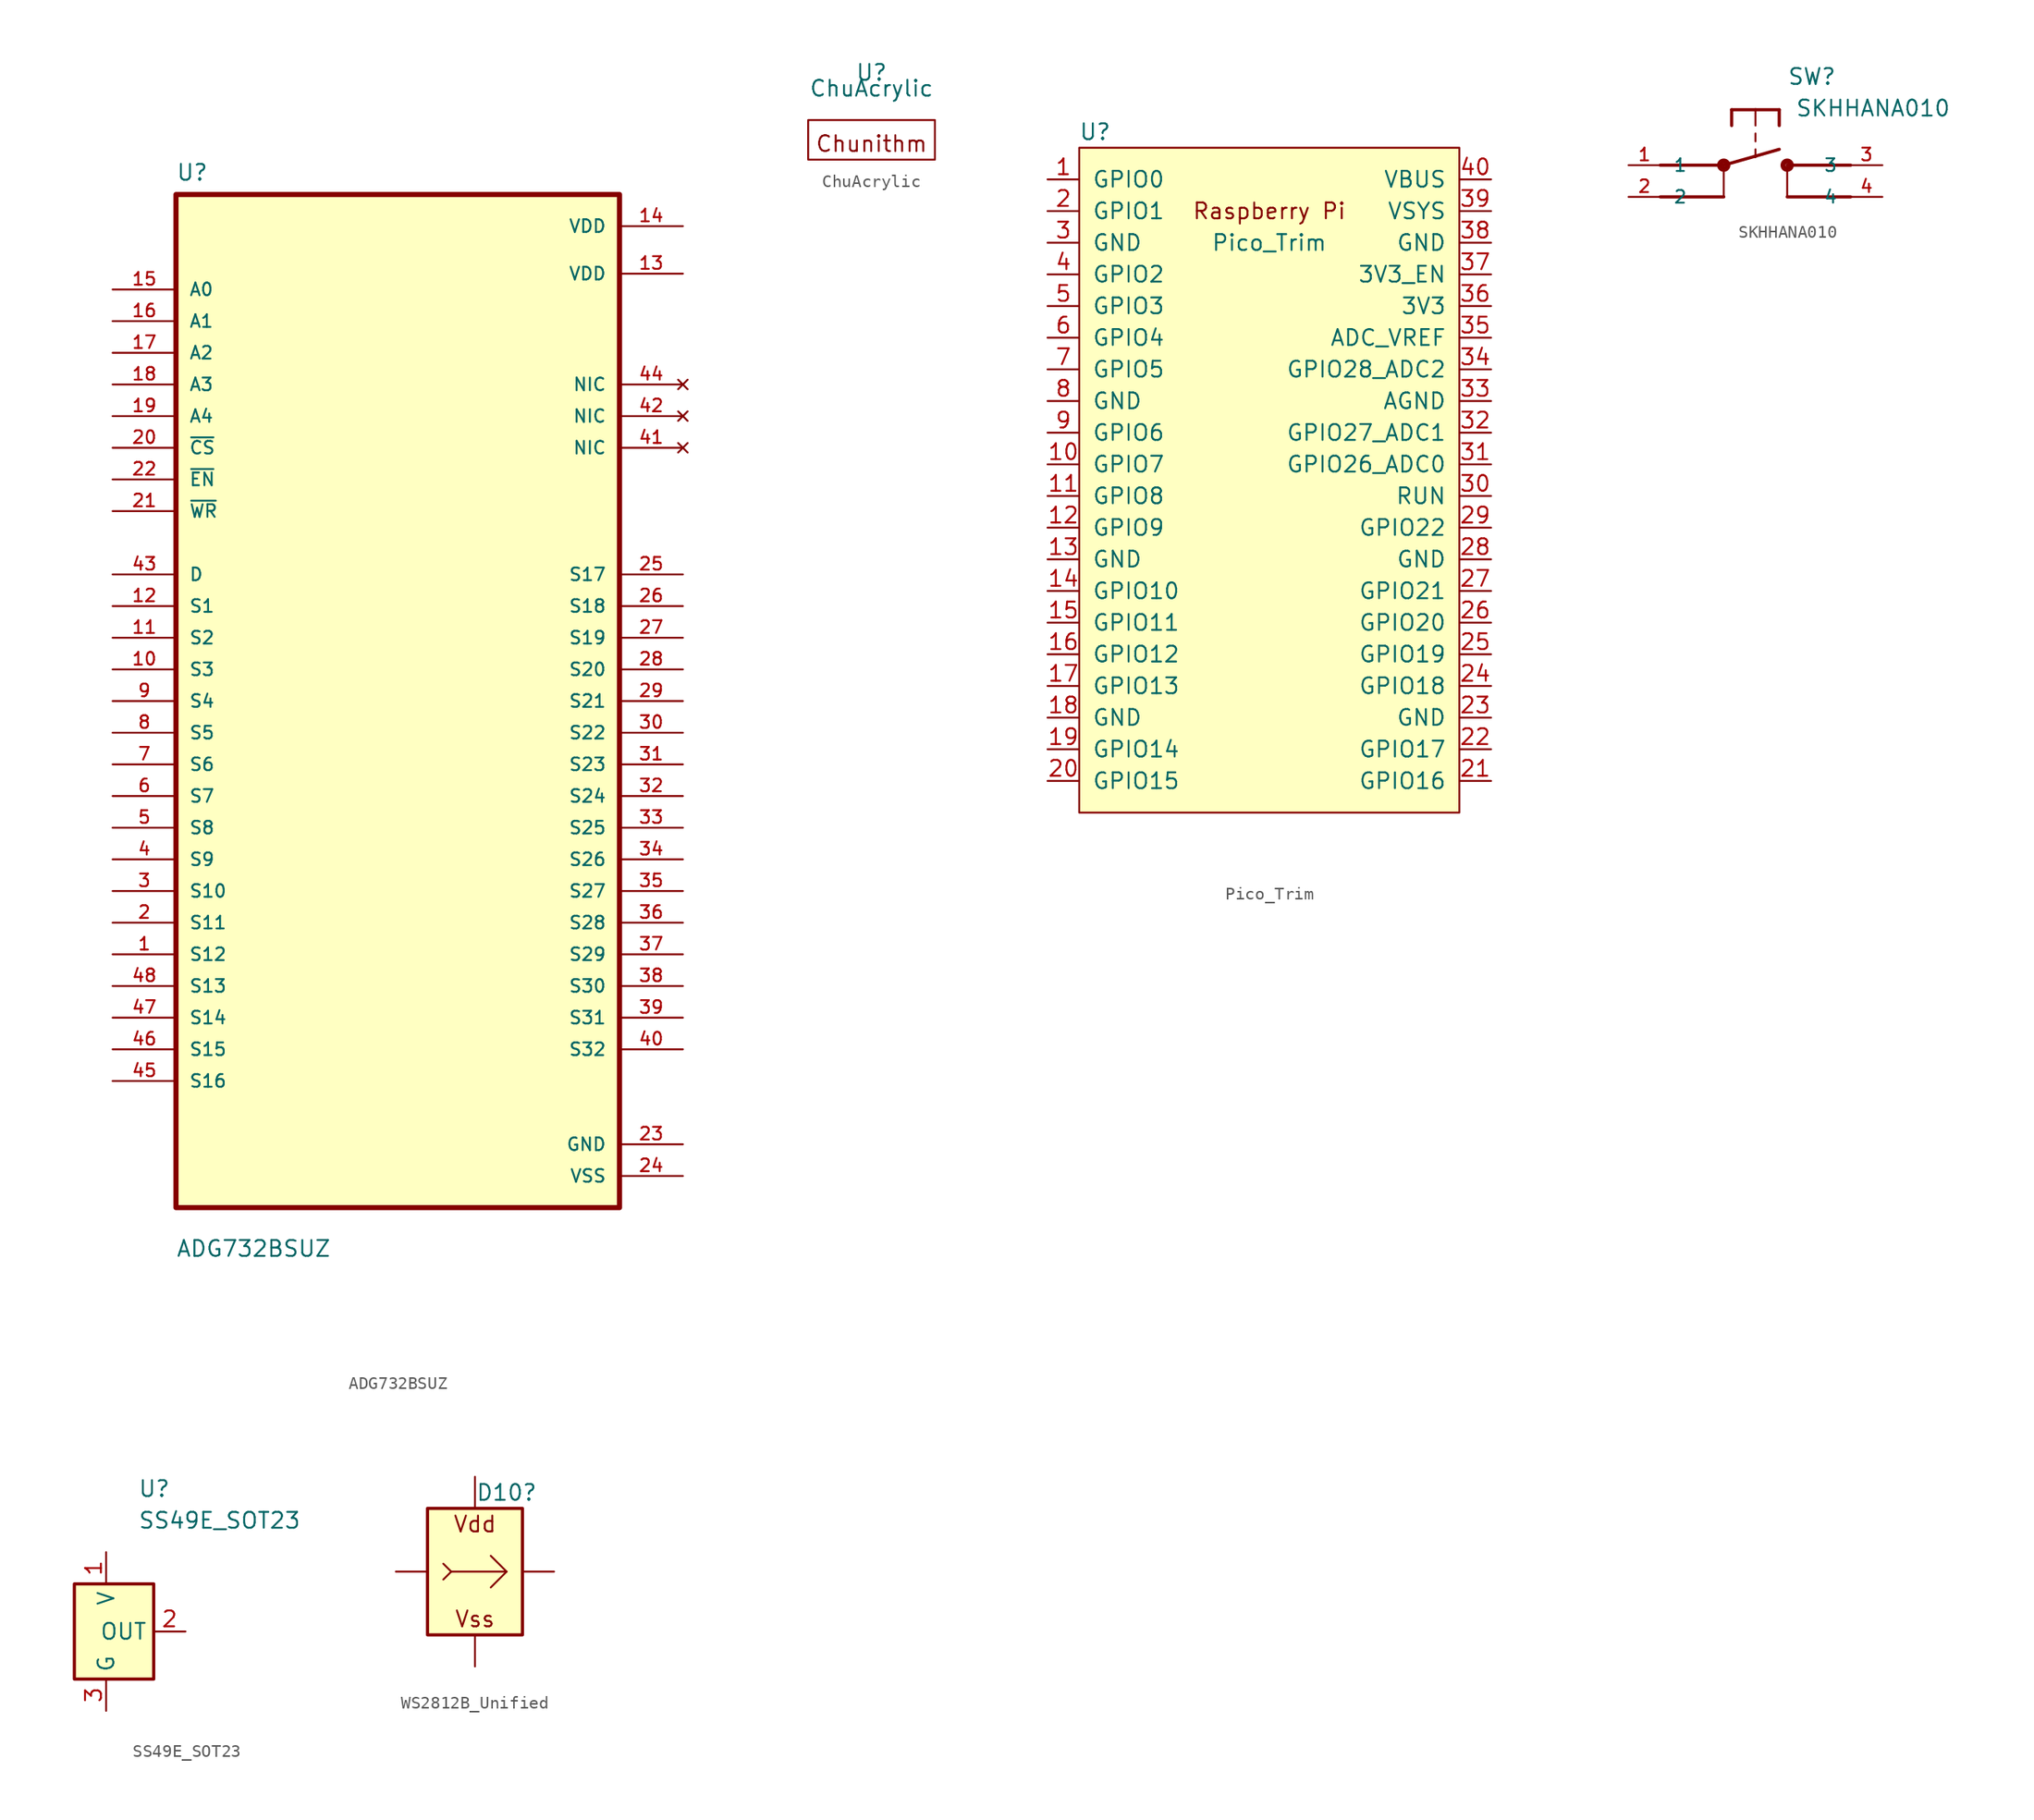
<source format=kicad_sym>
(kicad_symbol_lib
  (version 20241209)
  (generator "kicad_symbol_editor")
  (generator_version "9.0")
  (symbol "ADG732BSUZ"
    (pin_names
      (offset 1.016))
    (property "Reference" "U"
      (at -17.79 41.661 0)
      (effects (font (size 1.27 1.27)) (justify left bottom)))
    (property "Value" "ADG732BSUZ"
      (at -17.793 -44.672 0)
      (effects (font (size 1.27 1.27)) (justify left bottom)))
    (symbol "ADG732BSUZ_0_0"
      (rectangle (start -17.78 -40.64) (end 17.78 40.64) (stroke (width 0.41) (type default)) (fill (type background)))
      (pin input line (at -22.86 33.02 0) (length 5.08) (name "A0" (effects (font (size 1.016 1.016)))) (number "15" (effects (font (size 1.016 1.016)))))
      (pin input line (at -22.86 30.48 0) (length 5.08) (name "A1" (effects (font (size 1.016 1.016)))) (number "16" (effects (font (size 1.016 1.016)))))
      (pin input line (at -22.86 27.94 0) (length 5.08) (name "A2" (effects (font (size 1.016 1.016)))) (number "17" (effects (font (size 1.016 1.016)))))
      (pin input line (at -22.86 25.4 0) (length 5.08) (name "A3" (effects (font (size 1.016 1.016)))) (number "18" (effects (font (size 1.016 1.016)))))
      (pin input line (at -22.86 22.86 0) (length 5.08) (name "A4" (effects (font (size 1.016 1.016)))) (number "19" (effects (font (size 1.016 1.016)))))
      (pin input line (at -22.86 20.32 0) (length 5.08) (name "~{CS}" (effects (font (size 1.016 1.016)))) (number "20" (effects (font (size 1.016 1.016)))))
      (pin input line (at -22.86 17.78 0) (length 5.08) (name "~{EN}" (effects (font (size 1.016 1.016)))) (number "22" (effects (font (size 1.016 1.016)))))
      (pin input line (at -22.86 15.24 0) (length 5.08) (name "~{WR}" (effects (font (size 1.016 1.016)))) (number "21" (effects (font (size 1.016 1.016)))))
      (pin bidirectional line (at -22.86 10.16 0) (length 5.08) (name "D" (effects (font (size 1.016 1.016)))) (number "43" (effects (font (size 1.016 1.016)))))
      (pin bidirectional line (at -22.86 7.62 0) (length 5.08) (name "S1" (effects (font (size 1.016 1.016)))) (number "12" (effects (font (size 1.016 1.016)))))
      (pin bidirectional line (at -22.86 5.08 0) (length 5.08) (name "S2" (effects (font (size 1.016 1.016)))) (number "11" (effects (font (size 1.016 1.016)))))
      (pin bidirectional line (at -22.86 2.54 0) (length 5.08) (name "S3" (effects (font (size 1.016 1.016)))) (number "10" (effects (font (size 1.016 1.016)))))
      (pin bidirectional line (at -22.86 0 0) (length 5.08) (name "S4" (effects (font (size 1.016 1.016)))) (number "9" (effects (font (size 1.016 1.016)))))
      (pin bidirectional line (at -22.86 -2.54 0) (length 5.08) (name "S5" (effects (font (size 1.016 1.016)))) (number "8" (effects (font (size 1.016 1.016)))))
      (pin bidirectional line (at -22.86 -5.08 0) (length 5.08) (name "S6" (effects (font (size 1.016 1.016)))) (number "7" (effects (font (size 1.016 1.016)))))
      (pin bidirectional line (at -22.86 -7.62 0) (length 5.08) (name "S7" (effects (font (size 1.016 1.016)))) (number "6" (effects (font (size 1.016 1.016)))))
      (pin bidirectional line (at -22.86 -10.16 0) (length 5.08) (name "S8" (effects (font (size 1.016 1.016)))) (number "5" (effects (font (size 1.016 1.016)))))
      (pin bidirectional line (at -22.86 -12.7 0) (length 5.08) (name "S9" (effects (font (size 1.016 1.016)))) (number "4" (effects (font (size 1.016 1.016)))))
      (pin bidirectional line (at -22.86 -15.24 0) (length 5.08) (name "S10" (effects (font (size 1.016 1.016)))) (number "3" (effects (font (size 1.016 1.016)))))
      (pin bidirectional line (at -22.86 -17.78 0) (length 5.08) (name "S11" (effects (font (size 1.016 1.016)))) (number "2" (effects (font (size 1.016 1.016)))))
      (pin bidirectional line (at -22.86 -20.32 0) (length 5.08) (name "S12" (effects (font (size 1.016 1.016)))) (number "1" (effects (font (size 1.016 1.016)))))
      (pin bidirectional line (at -22.86 -22.86 0) (length 5.08) (name "S13" (effects (font (size 1.016 1.016)))) (number "48" (effects (font (size 1.016 1.016)))))
      (pin bidirectional line (at -22.86 -25.4 0) (length 5.08) (name "S14" (effects (font (size 1.016 1.016)))) (number "47" (effects (font (size 1.016 1.016)))))
      (pin bidirectional line (at -22.86 -27.94 0) (length 5.08) (name "S15" (effects (font (size 1.016 1.016)))) (number "46" (effects (font (size 1.016 1.016)))))
      (pin bidirectional line (at -22.86 -30.48 0) (length 5.08) (name "S16" (effects (font (size 1.016 1.016)))) (number "45" (effects (font (size 1.016 1.016)))))
      (pin power_in line (at 22.86 38.1 180) (length 5.08) (name "VDD" (effects (font (size 1.016 1.016)))) (number "14" (effects (font (size 1.016 1.016)))))
      (pin power_in line (at 22.86 34.29 180) (length 5.08) (name "VDD" (effects (font (size 1.016 1.016)))) (number "13" (effects (font (size 1.016 1.016)))))
      (pin bidirectional line (at 22.86 10.16 180) (length 5.08) (name "S17" (effects (font (size 1.016 1.016)))) (number "25" (effects (font (size 1.016 1.016)))))
      (pin bidirectional line (at 22.86 7.62 180) (length 5.08) (name "S18" (effects (font (size 1.016 1.016)))) (number "26" (effects (font (size 1.016 1.016)))))
      (pin bidirectional line (at 22.86 5.08 180) (length 5.08) (name "S19" (effects (font (size 1.016 1.016)))) (number "27" (effects (font (size 1.016 1.016)))))
      (pin bidirectional line (at 22.86 2.54 180) (length 5.08) (name "S20" (effects (font (size 1.016 1.016)))) (number "28" (effects (font (size 1.016 1.016)))))
      (pin bidirectional line (at 22.86 0 180) (length 5.08) (name "S21" (effects (font (size 1.016 1.016)))) (number "29" (effects (font (size 1.016 1.016)))))
      (pin bidirectional line (at 22.86 -2.54 180) (length 5.08) (name "S22" (effects (font (size 1.016 1.016)))) (number "30" (effects (font (size 1.016 1.016)))))
      (pin bidirectional line (at 22.86 -5.08 180) (length 5.08) (name "S23" (effects (font (size 1.016 1.016)))) (number "31" (effects (font (size 1.016 1.016)))))
      (pin bidirectional line (at 22.86 -7.62 180) (length 5.08) (name "S24" (effects (font (size 1.016 1.016)))) (number "32" (effects (font (size 1.016 1.016)))))
      (pin bidirectional line (at 22.86 -10.16 180) (length 5.08) (name "S25" (effects (font (size 1.016 1.016)))) (number "33" (effects (font (size 1.016 1.016)))))
      (pin bidirectional line (at 22.86 -12.7 180) (length 5.08) (name "S26" (effects (font (size 1.016 1.016)))) (number "34" (effects (font (size 1.016 1.016)))))
      (pin bidirectional line (at 22.86 -15.24 180) (length 5.08) (name "S27" (effects (font (size 1.016 1.016)))) (number "35" (effects (font (size 1.016 1.016)))))
      (pin bidirectional line (at 22.86 -17.78 180) (length 5.08) (name "S28" (effects (font (size 1.016 1.016)))) (number "36" (effects (font (size 1.016 1.016)))))
      (pin bidirectional line (at 22.86 -20.32 180) (length 5.08) (name "S29" (effects (font (size 1.016 1.016)))) (number "37" (effects (font (size 1.016 1.016)))))
      (pin bidirectional line (at 22.86 -22.86 180) (length 5.08) (name "S30" (effects (font (size 1.016 1.016)))) (number "38" (effects (font (size 1.016 1.016)))))
      (pin bidirectional line (at 22.86 -25.4 180) (length 5.08) (name "S31" (effects (font (size 1.016 1.016)))) (number "39" (effects (font (size 1.016 1.016)))))
      (pin bidirectional line (at 22.86 -27.94 180) (length 5.08) (name "S32" (effects (font (size 1.016 1.016)))) (number "40" (effects (font (size 1.016 1.016)))))
      (pin power_in line (at 22.86 -35.56 180) (length 5.08) (name "GND" (effects (font (size 1.016 1.016)))) (number "23" (effects (font (size 1.016 1.016)))))
      (pin power_in line (at 22.86 -38.1 180) (length 5.08) (name "VSS" (effects (font (size 1.016 1.016)))) (number "24" (effects (font (size 1.016 1.016))))))
    (symbol "ADG732BSUZ_1_0"
      (pin no_connect line (at 22.86 25.4 180) (length 5.08) (name "NIC" (effects (font (size 1.016 1.016)))) (number "44" (effects (font (size 1.016 1.016)))))
      (pin no_connect line (at 22.86 22.86 180) (length 5.08) (name "NIC" (effects (font (size 1.016 1.016)))) (number "42" (effects (font (size 1.016 1.016)))))
      (pin no_connect line (at 22.86 20.32 180) (length 5.08) (name "NIC" (effects (font (size 1.016 1.016)))) (number "41" (effects (font (size 1.016 1.016)))))))
  (symbol "ChuAcrylic"
    (property "Reference" "U"
      (at 0 4.445 0)
      (effects (font (size 1.27 1.27))))
    (property "Value" "ChuAcrylic"
      (at 0 3.175 0)
      (effects (font (size 1.27 1.27))))
    (symbol "ChuAcrylic_0_0"
      (text "Chunithm" (at 0 -1.27 0) (effects (font (size 1.27 1.27)))))
    (symbol "ChuAcrylic_0_1"
      (rectangle (start -5.08 0.635) (end 5.08 -2.54) (stroke (width 0) (type default)) (fill (type none)))))
  (symbol "Pico_Trim"
    (pin_names
      (offset 1.016))
    (property "Reference" "U"
      (at -13.97 27.94 0)
      (effects (font (size 1.27 1.27))))
    (property "Value" "Pico_Trim"
      (at 0 19.05 0)
      (effects (font (size 1.27 1.27))))
    (symbol "Pico_Trim_0_0"
      (text "Raspberry Pi" (at 0 21.59 0) (effects (font (size 1.27 1.27)))))
    (symbol "Pico_Trim_0_1"
      (rectangle (start -15.24 26.67) (end 15.24 -26.67) (stroke (width 0) (type default)) (fill (type background))))
    (symbol "Pico_Trim_1_1"
      (pin bidirectional line (at -17.78 24.13 0) (length 2.54) (name "GPIO0" (effects (font (size 1.27 1.27)))) (number "1" (effects (font (size 1.27 1.27)))))
      (pin bidirectional line (at -17.78 21.59 0) (length 2.54) (name "GPIO1" (effects (font (size 1.27 1.27)))) (number "2" (effects (font (size 1.27 1.27)))))
      (pin power_in line (at -17.78 19.05 0) (length 2.54) (name "GND" (effects (font (size 1.27 1.27)))) (number "3" (effects (font (size 1.27 1.27)))))
      (pin bidirectional line (at -17.78 16.51 0) (length 2.54) (name "GPIO2" (effects (font (size 1.27 1.27)))) (number "4" (effects (font (size 1.27 1.27)))))
      (pin bidirectional line (at -17.78 13.97 0) (length 2.54) (name "GPIO3" (effects (font (size 1.27 1.27)))) (number "5" (effects (font (size 1.27 1.27)))))
      (pin bidirectional line (at -17.78 11.43 0) (length 2.54) (name "GPIO4" (effects (font (size 1.27 1.27)))) (number "6" (effects (font (size 1.27 1.27)))))
      (pin bidirectional line (at -17.78 8.89 0) (length 2.54) (name "GPIO5" (effects (font (size 1.27 1.27)))) (number "7" (effects (font (size 1.27 1.27)))))
      (pin power_in line (at -17.78 6.35 0) (length 2.54) (name "GND" (effects (font (size 1.27 1.27)))) (number "8" (effects (font (size 1.27 1.27)))))
      (pin bidirectional line (at -17.78 3.81 0) (length 2.54) (name "GPIO6" (effects (font (size 1.27 1.27)))) (number "9" (effects (font (size 1.27 1.27)))))
      (pin bidirectional line (at -17.78 1.27 0) (length 2.54) (name "GPIO7" (effects (font (size 1.27 1.27)))) (number "10" (effects (font (size 1.27 1.27)))))
      (pin bidirectional line (at -17.78 -1.27 0) (length 2.54) (name "GPIO8" (effects (font (size 1.27 1.27)))) (number "11" (effects (font (size 1.27 1.27)))))
      (pin bidirectional line (at -17.78 -3.81 0) (length 2.54) (name "GPIO9" (effects (font (size 1.27 1.27)))) (number "12" (effects (font (size 1.27 1.27)))))
      (pin power_in line (at -17.78 -6.35 0) (length 2.54) (name "GND" (effects (font (size 1.27 1.27)))) (number "13" (effects (font (size 1.27 1.27)))))
      (pin bidirectional line (at -17.78 -8.89 0) (length 2.54) (name "GPIO10" (effects (font (size 1.27 1.27)))) (number "14" (effects (font (size 1.27 1.27)))))
      (pin bidirectional line (at -17.78 -11.43 0) (length 2.54) (name "GPIO11" (effects (font (size 1.27 1.27)))) (number "15" (effects (font (size 1.27 1.27)))))
      (pin bidirectional line (at -17.78 -13.97 0) (length 2.54) (name "GPIO12" (effects (font (size 1.27 1.27)))) (number "16" (effects (font (size 1.27 1.27)))))
      (pin bidirectional line (at -17.78 -16.51 0) (length 2.54) (name "GPIO13" (effects (font (size 1.27 1.27)))) (number "17" (effects (font (size 1.27 1.27)))))
      (pin power_in line (at -17.78 -19.05 0) (length 2.54) (name "GND" (effects (font (size 1.27 1.27)))) (number "18" (effects (font (size 1.27 1.27)))))
      (pin bidirectional line (at -17.78 -21.59 0) (length 2.54) (name "GPIO14" (effects (font (size 1.27 1.27)))) (number "19" (effects (font (size 1.27 1.27)))))
      (pin bidirectional line (at -17.78 -24.13 0) (length 2.54) (name "GPIO15" (effects (font (size 1.27 1.27)))) (number "20" (effects (font (size 1.27 1.27)))))
      (pin unspecified line (at 17.78 24.13 180) (length 2.54) (name "VBUS" (effects (font (size 1.27 1.27)))) (number "40" (effects (font (size 1.27 1.27)))))
      (pin unspecified line (at 17.78 21.59 180) (length 2.54) (name "VSYS" (effects (font (size 1.27 1.27)))) (number "39" (effects (font (size 1.27 1.27)))))
      (pin bidirectional line (at 17.78 19.05 180) (length 2.54) (name "GND" (effects (font (size 1.27 1.27)))) (number "38" (effects (font (size 1.27 1.27)))))
      (pin input line (at 17.78 16.51 180) (length 2.54) (name "3V3_EN" (effects (font (size 1.27 1.27)))) (number "37" (effects (font (size 1.27 1.27)))))
      (pin unspecified line (at 17.78 13.97 180) (length 2.54) (name "3V3" (effects (font (size 1.27 1.27)))) (number "36" (effects (font (size 1.27 1.27)))))
      (pin unspecified line (at 17.78 11.43 180) (length 2.54) (name "ADC_VREF" (effects (font (size 1.27 1.27)))) (number "35" (effects (font (size 1.27 1.27)))))
      (pin bidirectional line (at 17.78 8.89 180) (length 2.54) (name "GPIO28_ADC2" (effects (font (size 1.27 1.27)))) (number "34" (effects (font (size 1.27 1.27)))))
      (pin power_in line (at 17.78 6.35 180) (length 2.54) (name "AGND" (effects (font (size 1.27 1.27)))) (number "33" (effects (font (size 1.27 1.27)))))
      (pin bidirectional line (at 17.78 3.81 180) (length 2.54) (name "GPIO27_ADC1" (effects (font (size 1.27 1.27)))) (number "32" (effects (font (size 1.27 1.27)))))
      (pin bidirectional line (at 17.78 1.27 180) (length 2.54) (name "GPIO26_ADC0" (effects (font (size 1.27 1.27)))) (number "31" (effects (font (size 1.27 1.27)))))
      (pin input line (at 17.78 -1.27 180) (length 2.54) (name "RUN" (effects (font (size 1.27 1.27)))) (number "30" (effects (font (size 1.27 1.27)))))
      (pin bidirectional line (at 17.78 -3.81 180) (length 2.54) (name "GPIO22" (effects (font (size 1.27 1.27)))) (number "29" (effects (font (size 1.27 1.27)))))
      (pin power_in line (at 17.78 -6.35 180) (length 2.54) (name "GND" (effects (font (size 1.27 1.27)))) (number "28" (effects (font (size 1.27 1.27)))))
      (pin bidirectional line (at 17.78 -8.89 180) (length 2.54) (name "GPIO21" (effects (font (size 1.27 1.27)))) (number "27" (effects (font (size 1.27 1.27)))))
      (pin bidirectional line (at 17.78 -11.43 180) (length 2.54) (name "GPIO20" (effects (font (size 1.27 1.27)))) (number "26" (effects (font (size 1.27 1.27)))))
      (pin bidirectional line (at 17.78 -13.97 180) (length 2.54) (name "GPIO19" (effects (font (size 1.27 1.27)))) (number "25" (effects (font (size 1.27 1.27)))))
      (pin bidirectional line (at 17.78 -16.51 180) (length 2.54) (name "GPIO18" (effects (font (size 1.27 1.27)))) (number "24" (effects (font (size 1.27 1.27)))))
      (pin power_in line (at 17.78 -19.05 180) (length 2.54) (name "GND" (effects (font (size 1.27 1.27)))) (number "23" (effects (font (size 1.27 1.27)))))
      (pin bidirectional line (at 17.78 -21.59 180) (length 2.54) (name "GPIO17" (effects (font (size 1.27 1.27)))) (number "22" (effects (font (size 1.27 1.27)))))
      (pin bidirectional line (at 17.78 -24.13 180) (length 2.54) (name "GPIO16" (effects (font (size 1.27 1.27)))) (number "21" (effects (font (size 1.27 1.27)))))))
  (symbol "SKHHANA010"
    (pin_names
      (offset 1.016))
    (property "Reference" "SW"
      (at 2.54 6.351 0)
      (effects (font (size 1.27 1.27)) (justify left bottom)))
    (property "Value" "SKHHANA010"
      (at 3.18 3.816 0)
      (effects (font (size 1.27 1.27)) (justify left bottom)))
    (symbol "SKHHANA010_0_0"
      (polyline (pts (xy -7.62 0) (xy -2.54 0)) (stroke (width 0.254) (type default)) (fill (type none)))
      (polyline (pts (xy -7.62 -2.54) (xy -2.54 -2.54)) (stroke (width 0.254) (type default)) (fill (type none)))
      (circle (center -2.54 0) (radius 0.127) (stroke (width 0.406) (type default)) (fill (type none)))
      (polyline (pts (xy -2.54 0) (xy 1.905 1.27)) (stroke (width 0.254) (type default)) (fill (type none)))
      (polyline (pts (xy -2.54 -2.54) (xy -2.54 0)) (stroke (width 0.152) (type default)) (fill (type none)))
      (polyline (pts (xy -1.905 4.445) (xy -1.905 3.175)) (stroke (width 0.254) (type default)) (fill (type none)))
      (polyline (pts (xy 0 4.445) (xy -1.905 4.445)) (stroke (width 0.254) (type default)) (fill (type none)))
      (polyline (pts (xy 0 4.445) (xy 0 3.175)) (stroke (width 0.152) (type default)) (fill (type none)))
      (polyline (pts (xy 0 2.54) (xy 0 1.905)) (stroke (width 0.152) (type default)) (fill (type none)))
      (polyline (pts (xy 0 1.27) (xy 0 0.635)) (stroke (width 0.152) (type default)) (fill (type none)))
      (polyline (pts (xy 1.905 4.445) (xy 0 4.445)) (stroke (width 0.254) (type default)) (fill (type none)))
      (polyline (pts (xy 1.905 4.445) (xy 1.905 3.175)) (stroke (width 0.254) (type default)) (fill (type none)))
      (polyline (pts (xy 2.54 0) (xy 7.62 0)) (stroke (width 0.254) (type default)) (fill (type none)))
      (circle (center 2.54 0) (radius 0.127) (stroke (width 0.406) (type default)) (fill (type none)))
      (polyline (pts (xy 2.54 -2.54) (xy 2.54 0)) (stroke (width 0.152) (type default)) (fill (type none)))
      (polyline (pts (xy 2.54 -2.54) (xy 7.62 -2.54)) (stroke (width 0.254) (type default)) (fill (type none)))
      (pin passive line (at -10.16 0 0) (length 2.54) (name "1" (effects (font (size 1.016 1.016)))) (number "1" (effects (font (size 1.016 1.016)))))
      (pin passive line (at -10.16 -2.54 0) (length 2.54) (name "2" (effects (font (size 1.016 1.016)))) (number "2" (effects (font (size 1.016 1.016)))))
      (pin passive line (at 10.16 0 180) (length 2.54) (name "3" (effects (font (size 1.016 1.016)))) (number "3" (effects (font (size 1.016 1.016)))))
      (pin passive line (at 10.16 -2.54 180) (length 2.54) (name "4" (effects (font (size 1.016 1.016)))) (number "4" (effects (font (size 1.016 1.016)))))))
  (symbol "SS49E_SOT23"
    (property "Reference" "U"
      (at 2.54 11.43 0)
      (effects (font (size 1.27 1.27)) (justify left)))
    (property "Value" "SS49E_SOT23"
      (at 2.54 8.89 0)
      (effects (font (size 1.27 1.27)) (justify left)))
    (symbol "SS49E_SOT23_0_1"
      (rectangle (start -2.54 3.81) (end 3.81 -3.81) (stroke (width 0.254) (type default)) (fill (type background))))
    (symbol "SS49E_SOT23_1_1"
      (pin power_in line (at 0 6.35 270) (length 2.54) (name "V" (effects (font (size 1.27 1.27)))) (number "1" (effects (font (size 1.27 1.27)))))
      (pin power_in line (at 0 -6.35 90) (length 2.54) (name "G" (effects (font (size 1.27 1.27)))) (number "3" (effects (font (size 1.27 1.27)))))
      (pin output line (at 6.35 0 180) (length 2.54) (name "OUT" (effects (font (size 1.27 1.27)))) (number "2" (effects (font (size 1.27 1.27)))))))
  (symbol "WS2812B_Unified"
    (pin_numbers
      (hide yes))
    (pin_names
      (offset 0.254)
      (hide yes))
    (property "Reference" "D10"
      (at 2.54 6.35 0)
      (effects (font (size 1.27 1.27))))
    (symbol "WS2812B_Unified_0_0"
      (polyline (pts (xy -1.905 0) (xy 2.54 0) (xy 1.27 1.27)) (stroke (width 0) (type default)) (fill (type none)))
      (text "Vdd" (at 0 3.81 0) (effects (font (size 1.27 1.27))))
      (text "Vss" (at 0 -3.81 0) (effects (font (size 1.27 1.27)))))
    (symbol "WS2812B_Unified_0_1"
      (rectangle (start -3.81 5.08) (end 3.81 -5.08) (stroke (width 0.254) (type default)) (fill (type background)))
      (polyline (pts (xy -2.54 0.635) (xy -1.905 0) (xy -2.54 -0.635)) (stroke (width 0) (type default)) (fill (type none)))
      (polyline (pts (xy 1.27 -1.27) (xy 2.54 0)) (stroke (width 0) (type default)) (fill (type none))))
    (symbol "WS2812B_Unified_1_1"
      (pin input line (at -6.35 0 0) (length 2.54) (name "In" (effects (font (size 1.27 1.27)))) (number "I" (effects (font (size 1.27 1.27)))))
      (pin power_in line (at 0 7.62 270) (length 2.54) (name "VDD" (effects (font (size 1.27 1.27)))) (number "V" (effects (font (size 1.27 1.27)))))
      (pin power_in line (at 0 -7.62 90) (length 2.54) (name "VSS" (effects (font (size 1.27 1.27)))) (number "G" (effects (font (size 1.27 1.27)))))
      (pin output line (at 6.35 0 180) (length 2.54) (name "Out" (effects (font (size 1.27 1.27)))) (number "O" (effects (font (size 1.27 1.27))))))))
</source>
